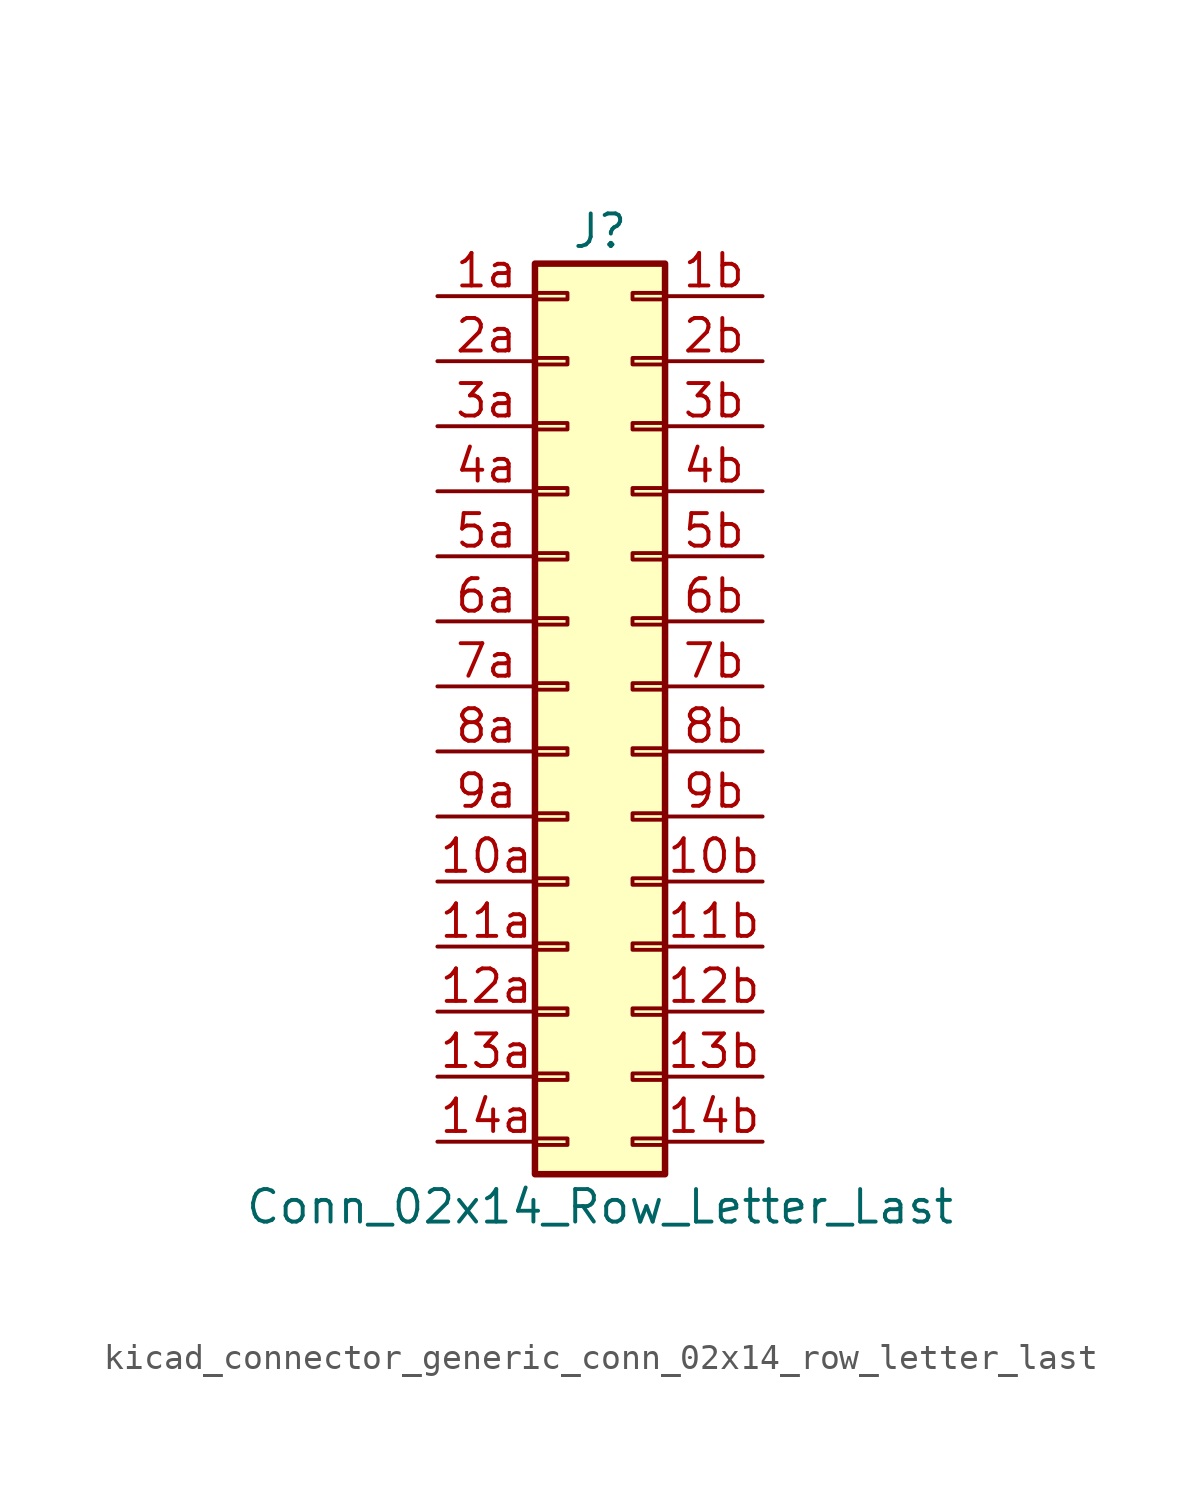
<source format=kicad_sym>
(kicad_symbol_lib
  (version 20220914)
  (generator kicad_symbol_editor)
  (symbol "kicad_connector_generic_conn_02x14_row_letter_last"
    (pin_names
      (offset 1.016) hide)
    (property "Reference" "J"
      (at 1.27 17.78 0)
      (effects (font (size 1.27 1.27))))
    (property "Value" "Conn_02x14_Row_Letter_Last"
      (at 1.27 -20.32 0)
      (effects (font (size 1.27 1.27))))
    (symbol "kicad_connector_generic_conn_02x14_row_letter_last_1_1"
      (rectangle (start -1.27 -17.653) (end 0 -17.907) (stroke (width 0.152) (type default)) (fill (type none)))
      (rectangle (start -1.27 -15.113) (end 0 -15.367) (stroke (width 0.152) (type default)) (fill (type none)))
      (rectangle (start -1.27 -12.573) (end 0 -12.827) (stroke (width 0.152) (type default)) (fill (type none)))
      (rectangle (start -1.27 -10.033) (end 0 -10.287) (stroke (width 0.152) (type default)) (fill (type none)))
      (rectangle (start -1.27 -7.493) (end 0 -7.747) (stroke (width 0.152) (type default)) (fill (type none)))
      (rectangle (start -1.27 -4.953) (end 0 -5.207) (stroke (width 0.152) (type default)) (fill (type none)))
      (rectangle (start -1.27 -2.413) (end 0 -2.667) (stroke (width 0.152) (type default)) (fill (type none)))
      (rectangle (start -1.27 0.127) (end 0 -0.127) (stroke (width 0.152) (type default)) (fill (type none)))
      (rectangle (start -1.27 2.667) (end 0 2.413) (stroke (width 0.152) (type default)) (fill (type none)))
      (rectangle (start -1.27 5.207) (end 0 4.953) (stroke (width 0.152) (type default)) (fill (type none)))
      (rectangle (start -1.27 7.747) (end 0 7.493) (stroke (width 0.152) (type default)) (fill (type none)))
      (rectangle (start -1.27 10.287) (end 0 10.033) (stroke (width 0.152) (type default)) (fill (type none)))
      (rectangle (start -1.27 12.827) (end 0 12.573) (stroke (width 0.152) (type default)) (fill (type none)))
      (rectangle (start -1.27 15.367) (end 0 15.113) (stroke (width 0.152) (type default)) (fill (type none)))
      (rectangle (start -1.27 16.51) (end 3.81 -19.05) (stroke (width 0.254) (type default)) (fill (type background)))
      (rectangle (start 3.81 -17.653) (end 2.54 -17.907) (stroke (width 0.152) (type default)) (fill (type none)))
      (rectangle (start 3.81 -15.113) (end 2.54 -15.367) (stroke (width 0.152) (type default)) (fill (type none)))
      (rectangle (start 3.81 -12.573) (end 2.54 -12.827) (stroke (width 0.152) (type default)) (fill (type none)))
      (rectangle (start 3.81 -10.033) (end 2.54 -10.287) (stroke (width 0.152) (type default)) (fill (type none)))
      (rectangle (start 3.81 -7.493) (end 2.54 -7.747) (stroke (width 0.152) (type default)) (fill (type none)))
      (rectangle (start 3.81 -4.953) (end 2.54 -5.207) (stroke (width 0.152) (type default)) (fill (type none)))
      (rectangle (start 3.81 -2.413) (end 2.54 -2.667) (stroke (width 0.152) (type default)) (fill (type none)))
      (rectangle (start 3.81 0.127) (end 2.54 -0.127) (stroke (width 0.152) (type default)) (fill (type none)))
      (rectangle (start 3.81 2.667) (end 2.54 2.413) (stroke (width 0.152) (type default)) (fill (type none)))
      (rectangle (start 3.81 5.207) (end 2.54 4.953) (stroke (width 0.152) (type default)) (fill (type none)))
      (rectangle (start 3.81 7.747) (end 2.54 7.493) (stroke (width 0.152) (type default)) (fill (type none)))
      (rectangle (start 3.81 10.287) (end 2.54 10.033) (stroke (width 0.152) (type default)) (fill (type none)))
      (rectangle (start 3.81 12.827) (end 2.54 12.573) (stroke (width 0.152) (type default)) (fill (type none)))
      (rectangle (start 3.81 15.367) (end 2.54 15.113) (stroke (width 0.152) (type default)) (fill (type none)))
      (pin passive line (at -5.08 -7.62 0) (length 3.81) (name "Pin_10a" (effects (font (size 1.27 1.27)))) (number "10a" (effects (font (size 1.27 1.27)))))
      (pin passive line (at 7.62 -7.62 180) (length 3.81) (name "Pin_10b" (effects (font (size 1.27 1.27)))) (number "10b" (effects (font (size 1.27 1.27)))))
      (pin passive line (at -5.08 -10.16 0) (length 3.81) (name "Pin_11a" (effects (font (size 1.27 1.27)))) (number "11a" (effects (font (size 1.27 1.27)))))
      (pin passive line (at 7.62 -10.16 180) (length 3.81) (name "Pin_11b" (effects (font (size 1.27 1.27)))) (number "11b" (effects (font (size 1.27 1.27)))))
      (pin passive line (at -5.08 -12.7 0) (length 3.81) (name "Pin_12a" (effects (font (size 1.27 1.27)))) (number "12a" (effects (font (size 1.27 1.27)))))
      (pin passive line (at 7.62 -12.7 180) (length 3.81) (name "Pin_12b" (effects (font (size 1.27 1.27)))) (number "12b" (effects (font (size 1.27 1.27)))))
      (pin passive line (at -5.08 -15.24 0) (length 3.81) (name "Pin_13a" (effects (font (size 1.27 1.27)))) (number "13a" (effects (font (size 1.27 1.27)))))
      (pin passive line (at 7.62 -15.24 180) (length 3.81) (name "Pin_13b" (effects (font (size 1.27 1.27)))) (number "13b" (effects (font (size 1.27 1.27)))))
      (pin passive line (at -5.08 -17.78 0) (length 3.81) (name "Pin_14a" (effects (font (size 1.27 1.27)))) (number "14a" (effects (font (size 1.27 1.27)))))
      (pin passive line (at 7.62 -17.78 180) (length 3.81) (name "Pin_14b" (effects (font (size 1.27 1.27)))) (number "14b" (effects (font (size 1.27 1.27)))))
      (pin passive line (at -5.08 15.24 0) (length 3.81) (name "Pin_1a" (effects (font (size 1.27 1.27)))) (number "1a" (effects (font (size 1.27 1.27)))))
      (pin passive line (at 7.62 15.24 180) (length 3.81) (name "Pin_1b" (effects (font (size 1.27 1.27)))) (number "1b" (effects (font (size 1.27 1.27)))))
      (pin passive line (at -5.08 12.7 0) (length 3.81) (name "Pin_2a" (effects (font (size 1.27 1.27)))) (number "2a" (effects (font (size 1.27 1.27)))))
      (pin passive line (at 7.62 12.7 180) (length 3.81) (name "Pin_2b" (effects (font (size 1.27 1.27)))) (number "2b" (effects (font (size 1.27 1.27)))))
      (pin passive line (at -5.08 10.16 0) (length 3.81) (name "Pin_3a" (effects (font (size 1.27 1.27)))) (number "3a" (effects (font (size 1.27 1.27)))))
      (pin passive line (at 7.62 10.16 180) (length 3.81) (name "Pin_3b" (effects (font (size 1.27 1.27)))) (number "3b" (effects (font (size 1.27 1.27)))))
      (pin passive line (at -5.08 7.62 0) (length 3.81) (name "Pin_4a" (effects (font (size 1.27 1.27)))) (number "4a" (effects (font (size 1.27 1.27)))))
      (pin passive line (at 7.62 7.62 180) (length 3.81) (name "Pin_4b" (effects (font (size 1.27 1.27)))) (number "4b" (effects (font (size 1.27 1.27)))))
      (pin passive line (at -5.08 5.08 0) (length 3.81) (name "Pin_5a" (effects (font (size 1.27 1.27)))) (number "5a" (effects (font (size 1.27 1.27)))))
      (pin passive line (at 7.62 5.08 180) (length 3.81) (name "Pin_5b" (effects (font (size 1.27 1.27)))) (number "5b" (effects (font (size 1.27 1.27)))))
      (pin passive line (at -5.08 2.54 0) (length 3.81) (name "Pin_6a" (effects (font (size 1.27 1.27)))) (number "6a" (effects (font (size 1.27 1.27)))))
      (pin passive line (at 7.62 2.54 180) (length 3.81) (name "Pin_6b" (effects (font (size 1.27 1.27)))) (number "6b" (effects (font (size 1.27 1.27)))))
      (pin passive line (at -5.08 0 0) (length 3.81) (name "Pin_7a" (effects (font (size 1.27 1.27)))) (number "7a" (effects (font (size 1.27 1.27)))))
      (pin passive line (at 7.62 0 180) (length 3.81) (name "Pin_7b" (effects (font (size 1.27 1.27)))) (number "7b" (effects (font (size 1.27 1.27)))))
      (pin passive line (at -5.08 -2.54 0) (length 3.81) (name "Pin_8a" (effects (font (size 1.27 1.27)))) (number "8a" (effects (font (size 1.27 1.27)))))
      (pin passive line (at 7.62 -2.54 180) (length 3.81) (name "Pin_8b" (effects (font (size 1.27 1.27)))) (number "8b" (effects (font (size 1.27 1.27)))))
      (pin passive line (at -5.08 -5.08 0) (length 3.81) (name "Pin_9a" (effects (font (size 1.27 1.27)))) (number "9a" (effects (font (size 1.27 1.27)))))
      (pin passive line (at 7.62 -5.08 180) (length 3.81) (name "Pin_9b" (effects (font (size 1.27 1.27)))) (number "9b" (effects (font (size 1.27 1.27))))))))
</source>
